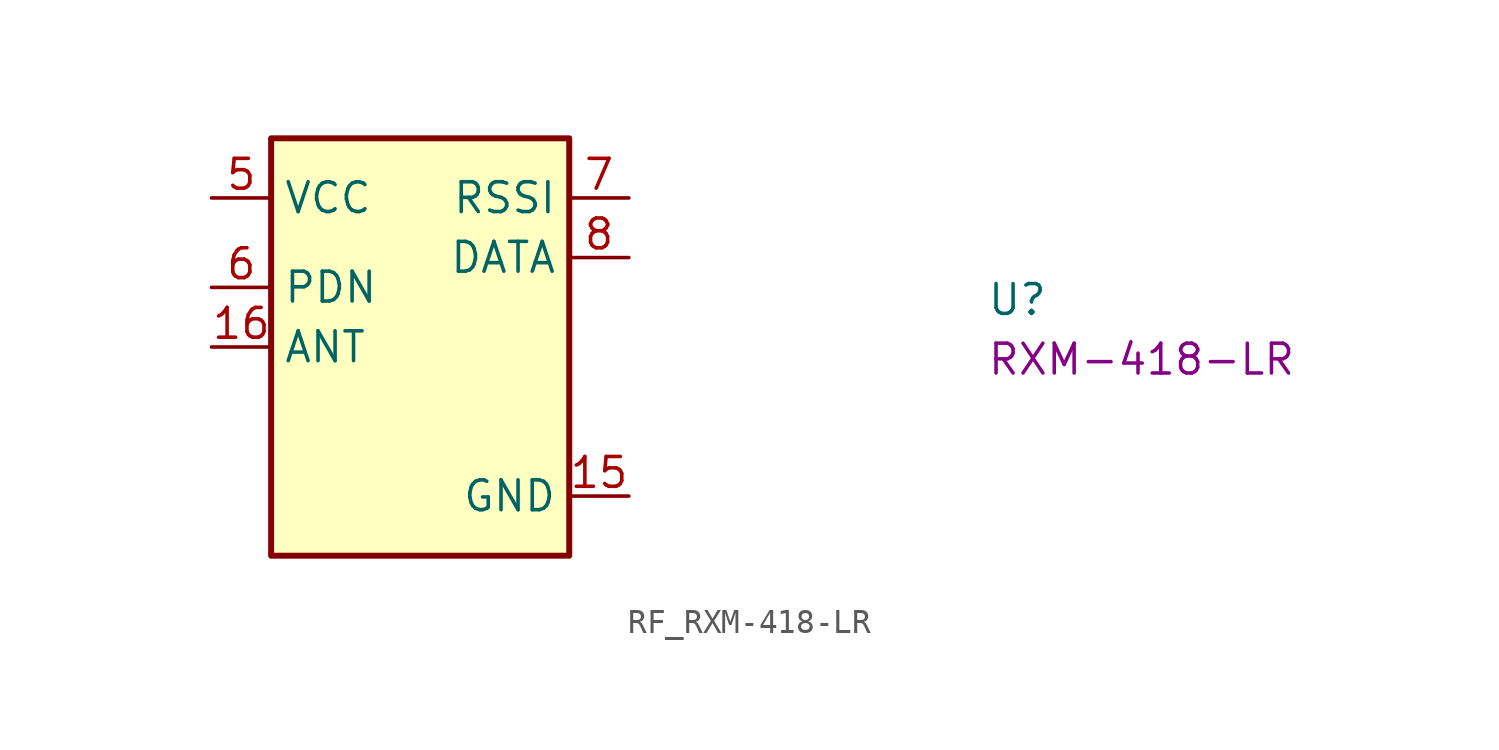
<source format=kicad_sym>
(kicad_symbol_lib
  (version 20220914)
  (generator kicad_symbol_editor)
  (symbol "RF_RXM-418-LR"
    (property "Reference" "U"
      (at 33.02 -5.08 0)
      (effects (font (size 1.27 1.27) (thickness 0.15)) (justify left bottom)))
    (property "MPN" "RXM-418-LR"
      (at 33.02 -7.62 0)
      (effects (font (size 1.27 1.27) (thickness 0.15)) (justify left bottom)))
    (symbol "RF_RXM-418-LR_1_1"
      (rectangle (start 2.54 2.54) (end 15.24 -15.24) (stroke (width 0.254) (type default)) (fill (type background)))
      (pin no_connect line (at 15.24 -5.08 180) (length 2.54) hide (name "NC" (effects (font (size 1.27 1.27)))) (number "1" (effects (font (size 1.27 1.27)))))
      (pin no_connect line (at 15.24 -10.16 180) (length 2.54) hide (name "NC" (effects (font (size 1.27 1.27)))) (number "10" (effects (font (size 1.27 1.27)))))
      (pin no_connect line (at 2.54 -12.7 0) (length 2.54) hide (name "NC" (effects (font (size 1.27 1.27)))) (number "11" (effects (font (size 1.27 1.27)))))
      (pin no_connect line (at 2.54 -8.89 0) (length 2.54) hide (name "NC" (effects (font (size 1.27 1.27)))) (number "12" (effects (font (size 1.27 1.27)))))
      (pin no_connect line (at 2.54 -10.16 0) (length 2.54) hide (name "NC" (effects (font (size 1.27 1.27)))) (number "13" (effects (font (size 1.27 1.27)))))
      (pin no_connect line (at 2.54 -11.43 0) (length 2.54) hide (name "NC" (effects (font (size 1.27 1.27)))) (number "14" (effects (font (size 1.27 1.27)))))
      (pin power_in line (at 17.78 -12.7 180) (length 2.54) (name "GND" (effects (font (size 1.27 1.27)))) (number "15" (effects (font (size 1.27 1.27)))))
      (pin input line (at 0 -6.35 0) (length 2.54) (name "ANT" (effects (font (size 1.27 1.27)))) (number "16" (effects (font (size 1.27 1.27)))))
      (pin no_connect line (at 15.24 -6.35 180) (length 2.54) hide (name "NC" (effects (font (size 1.27 1.27)))) (number "2" (effects (font (size 1.27 1.27)))))
      (pin no_connect line (at 15.24 -7.62 180) (length 2.54) hide (name "NC" (effects (font (size 1.27 1.27)))) (number "3" (effects (font (size 1.27 1.27)))))
      (pin passive line (at 17.78 -12.7 180) (length 2.54) hide (name "GND" (effects (font (size 1.27 1.27)))) (number "4" (effects (font (size 1.27 1.27)))))
      (pin power_in line (at 0 0 0) (length 2.54) (name "VCC" (effects (font (size 1.27 1.27)))) (number "5" (effects (font (size 1.27 1.27)))))
      (pin input line (at 0 -3.81 0) (length 2.54) (name "PDN" (effects (font (size 1.27 1.27)))) (number "6" (effects (font (size 1.27 1.27)))))
      (pin output line (at 17.78 0 180) (length 2.54) (name "RSSI" (effects (font (size 1.27 1.27)))) (number "7" (effects (font (size 1.27 1.27)))))
      (pin output line (at 17.78 -2.54 180) (length 2.54) (name "DATA" (effects (font (size 1.27 1.27)))) (number "8" (effects (font (size 1.27 1.27)))))
      (pin no_connect line (at 15.24 -8.89 180) (length 2.54) hide (name "NC" (effects (font (size 1.27 1.27)))) (number "9" (effects (font (size 1.27 1.27))))))))
</source>
